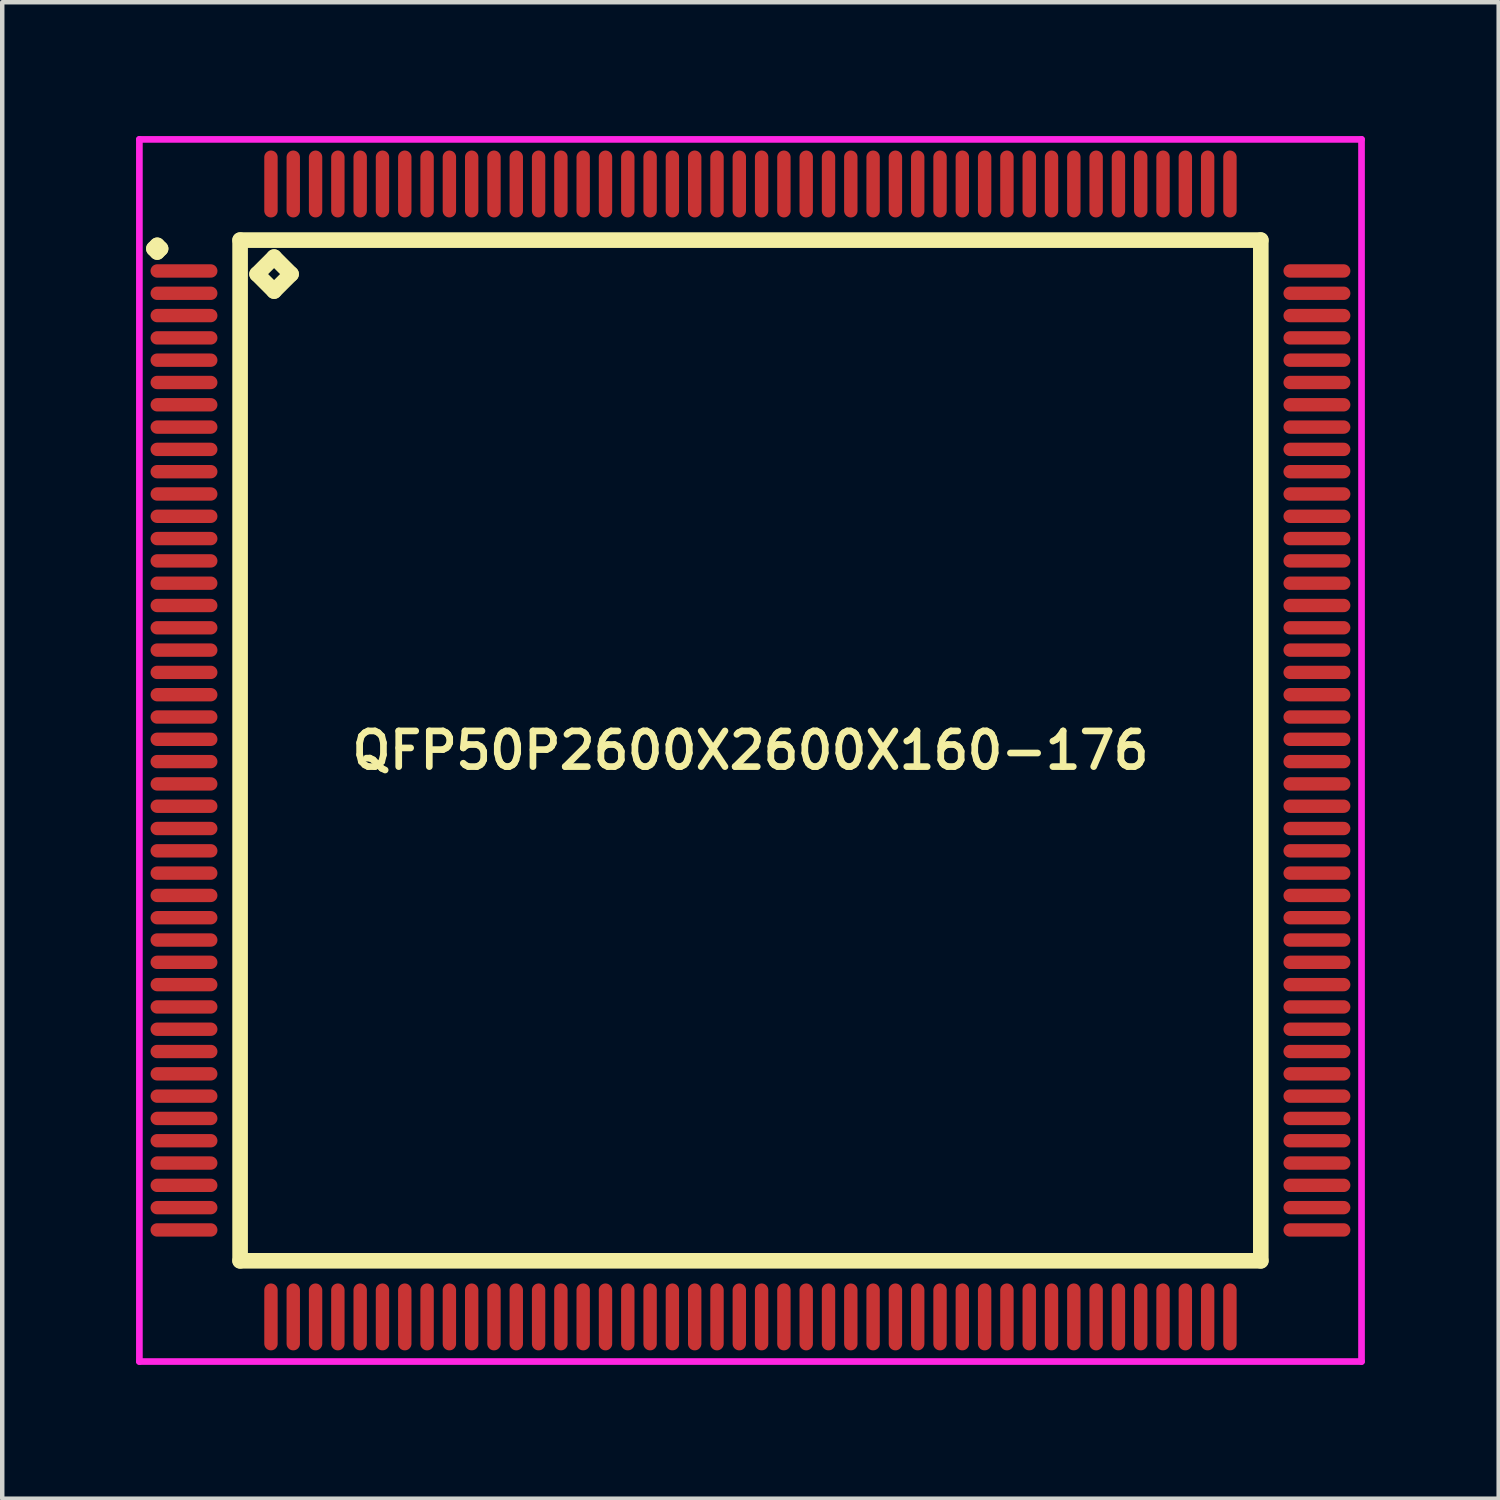
<source format=kicad_pcb>
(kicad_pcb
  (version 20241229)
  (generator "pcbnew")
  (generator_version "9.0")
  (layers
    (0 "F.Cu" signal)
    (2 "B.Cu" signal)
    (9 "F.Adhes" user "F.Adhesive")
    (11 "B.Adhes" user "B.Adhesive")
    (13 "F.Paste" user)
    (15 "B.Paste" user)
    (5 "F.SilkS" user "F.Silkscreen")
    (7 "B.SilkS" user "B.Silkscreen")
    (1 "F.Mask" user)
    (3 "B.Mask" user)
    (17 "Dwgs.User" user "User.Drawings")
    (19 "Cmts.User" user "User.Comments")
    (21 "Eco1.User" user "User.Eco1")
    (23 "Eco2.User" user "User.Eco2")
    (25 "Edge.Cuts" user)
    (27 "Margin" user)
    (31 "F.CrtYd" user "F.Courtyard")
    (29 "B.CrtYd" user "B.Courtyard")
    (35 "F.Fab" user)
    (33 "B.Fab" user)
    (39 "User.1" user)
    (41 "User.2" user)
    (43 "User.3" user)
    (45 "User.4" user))
  (footprint "QFP50P2600X2600X160-176"
    (layer "F.Cu")
    (at 13.775 13.775)
    (property "Reference" "QFP50P2600X2600X160-176" (at 0 0 0) (layer "F.SilkS") (effects (font (size 0.8 0.8) (thickness 0.15))))
    (attr smd)
    (fp_line (start -13.375 -11.25) (end -13.3 -11.325) (stroke (width 0.35) (type solid)) (layer "F.SilkS"))
    (fp_line (start -13.3 -11.325) (end -13.225 -11.25) (stroke (width 0.35) (type solid)) (layer "F.SilkS"))
    (fp_line (start -13.3 -11.175) (end -13.375 -11.25) (stroke (width 0.35) (type solid)) (layer "F.SilkS"))
    (fp_line (start -13.225 -11.25) (end -13.3 -11.175) (stroke (width 0.35) (type solid)) (layer "F.SilkS"))
    (fp_line (start -11.442 -11.442) (end -11.442 11.442) (stroke (width 0.35) (type solid)) (layer "F.SilkS"))
    (fp_line (start -11.442 11.442) (end 11.442 11.442) (stroke (width 0.35) (type solid)) (layer "F.SilkS"))
    (fp_line (start -11.061 -10.68) (end -10.68 -11.061) (stroke (width 0.35) (type solid)) (layer "F.SilkS"))
    (fp_line (start -10.68 -11.061) (end -10.299 -10.68) (stroke (width 0.35) (type solid)) (layer "F.SilkS"))
    (fp_line (start -10.68 -10.299) (end -11.061 -10.68) (stroke (width 0.35) (type solid)) (layer "F.SilkS"))
    (fp_line (start -10.299 -10.68) (end -10.68 -10.299) (stroke (width 0.35) (type solid)) (layer "F.SilkS"))
    (fp_line (start 11.442 -11.442) (end -11.442 -11.442) (stroke (width 0.35) (type solid)) (layer "F.SilkS"))
    (fp_line (start 11.442 11.442) (end 11.442 -11.442) (stroke (width 0.35) (type solid)) (layer "F.SilkS"))
    (fp_line (start -13.7 -13.7) (end 13.7 -13.7) (stroke (width 0.15) (type solid)) (layer "F.CrtYd"))
    (fp_line (start -13.7 13.7) (end -13.7 -13.7) (stroke (width 0.15) (type solid)) (layer "F.CrtYd"))
    (fp_line (start 13.7 -13.7) (end 13.7 13.7) (stroke (width 0.15) (type solid)) (layer "F.CrtYd"))
    (fp_line (start 13.7 13.7) (end -13.7 13.7) (stroke (width 0.15) (type solid)) (layer "F.CrtYd"))
    (pad "1" smd oval (at -12.7 -10.75) (size 1.5 0.3) (layers "F.Cu" "F.Mask" "F.Paste"))
    (pad "2" smd oval (at -12.7 -10.25) (size 1.5 0.3) (layers "F.Cu" "F.Mask" "F.Paste"))
    (pad "3" smd oval (at -12.7 -9.75) (size 1.5 0.3) (layers "F.Cu" "F.Mask" "F.Paste"))
    (pad "4" smd oval (at -12.7 -9.25) (size 1.5 0.3) (layers "F.Cu" "F.Mask" "F.Paste"))
    (pad "5" smd oval (at -12.7 -8.75) (size 1.5 0.3) (layers "F.Cu" "F.Mask" "F.Paste"))
    (pad "6" smd oval (at -12.7 -8.25) (size 1.5 0.3) (layers "F.Cu" "F.Mask" "F.Paste"))
    (pad "7" smd oval (at -12.7 -7.75) (size 1.5 0.3) (layers "F.Cu" "F.Mask" "F.Paste"))
    (pad "8" smd oval (at -12.7 -7.25) (size 1.5 0.3) (layers "F.Cu" "F.Mask" "F.Paste"))
    (pad "9" smd oval (at -12.7 -6.75) (size 1.5 0.3) (layers "F.Cu" "F.Mask" "F.Paste"))
    (pad "10" smd oval (at -12.7 -6.25) (size 1.5 0.3) (layers "F.Cu" "F.Mask" "F.Paste"))
    (pad "11" smd oval (at -12.7 -5.75) (size 1.5 0.3) (layers "F.Cu" "F.Mask" "F.Paste"))
    (pad "12" smd oval (at -12.7 -5.25) (size 1.5 0.3) (layers "F.Cu" "F.Mask" "F.Paste"))
    (pad "13" smd oval (at -12.7 -4.75) (size 1.5 0.3) (layers "F.Cu" "F.Mask" "F.Paste"))
    (pad "14" smd oval (at -12.7 -4.25) (size 1.5 0.3) (layers "F.Cu" "F.Mask" "F.Paste"))
    (pad "15" smd oval (at -12.7 -3.75) (size 1.5 0.3) (layers "F.Cu" "F.Mask" "F.Paste"))
    (pad "16" smd oval (at -12.7 -3.25) (size 1.5 0.3) (layers "F.Cu" "F.Mask" "F.Paste"))
    (pad "17" smd oval (at -12.7 -2.75) (size 1.5 0.3) (layers "F.Cu" "F.Mask" "F.Paste"))
    (pad "18" smd oval (at -12.7 -2.25) (size 1.5 0.3) (layers "F.Cu" "F.Mask" "F.Paste"))
    (pad "19" smd oval (at -12.7 -1.75) (size 1.5 0.3) (layers "F.Cu" "F.Mask" "F.Paste"))
    (pad "20" smd oval (at -12.7 -1.25) (size 1.5 0.3) (layers "F.Cu" "F.Mask" "F.Paste"))
    (pad "21" smd oval (at -12.7 -0.75) (size 1.5 0.3) (layers "F.Cu" "F.Mask" "F.Paste"))
    (pad "22" smd oval (at -12.7 -0.25) (size 1.5 0.3) (layers "F.Cu" "F.Mask" "F.Paste"))
    (pad "23" smd oval (at -12.7 0.25) (size 1.5 0.3) (layers "F.Cu" "F.Mask" "F.Paste"))
    (pad "24" smd oval (at -12.7 0.75) (size 1.5 0.3) (layers "F.Cu" "F.Mask" "F.Paste"))
    (pad "25" smd oval (at -12.7 1.25) (size 1.5 0.3) (layers "F.Cu" "F.Mask" "F.Paste"))
    (pad "26" smd oval (at -12.7 1.75) (size 1.5 0.3) (layers "F.Cu" "F.Mask" "F.Paste"))
    (pad "27" smd oval (at -12.7 2.25) (size 1.5 0.3) (layers "F.Cu" "F.Mask" "F.Paste"))
    (pad "28" smd oval (at -12.7 2.75) (size 1.5 0.3) (layers "F.Cu" "F.Mask" "F.Paste"))
    (pad "29" smd oval (at -12.7 3.25) (size 1.5 0.3) (layers "F.Cu" "F.Mask" "F.Paste"))
    (pad "30" smd oval (at -12.7 3.75) (size 1.5 0.3) (layers "F.Cu" "F.Mask" "F.Paste"))
    (pad "31" smd oval (at -12.7 4.25) (size 1.5 0.3) (layers "F.Cu" "F.Mask" "F.Paste"))
    (pad "32" smd oval (at -12.7 4.75) (size 1.5 0.3) (layers "F.Cu" "F.Mask" "F.Paste"))
    (pad "33" smd oval (at -12.7 5.25) (size 1.5 0.3) (layers "F.Cu" "F.Mask" "F.Paste"))
    (pad "34" smd oval (at -12.7 5.75) (size 1.5 0.3) (layers "F.Cu" "F.Mask" "F.Paste"))
    (pad "35" smd oval (at -12.7 6.25) (size 1.5 0.3) (layers "F.Cu" "F.Mask" "F.Paste"))
    (pad "36" smd oval (at -12.7 6.75) (size 1.5 0.3) (layers "F.Cu" "F.Mask" "F.Paste"))
    (pad "37" smd oval (at -12.7 7.25) (size 1.5 0.3) (layers "F.Cu" "F.Mask" "F.Paste"))
    (pad "38" smd oval (at -12.7 7.75) (size 1.5 0.3) (layers "F.Cu" "F.Mask" "F.Paste"))
    (pad "39" smd oval (at -12.7 8.25) (size 1.5 0.3) (layers "F.Cu" "F.Mask" "F.Paste"))
    (pad "40" smd oval (at -12.7 8.75) (size 1.5 0.3) (layers "F.Cu" "F.Mask" "F.Paste"))
    (pad "41" smd oval (at -12.7 9.25) (size 1.5 0.3) (layers "F.Cu" "F.Mask" "F.Paste"))
    (pad "42" smd oval (at -12.7 9.75) (size 1.5 0.3) (layers "F.Cu" "F.Mask" "F.Paste"))
    (pad "43" smd oval (at -12.7 10.25) (size 1.5 0.3) (layers "F.Cu" "F.Mask" "F.Paste"))
    (pad "44" smd oval (at -12.7 10.75) (size 1.5 0.3) (layers "F.Cu" "F.Mask" "F.Paste"))
    (pad "45" smd oval (at -10.75 12.7) (size 0.3 1.5) (layers "F.Cu" "F.Mask" "F.Paste"))
    (pad "46" smd oval (at -10.25 12.7) (size 0.3 1.5) (layers "F.Cu" "F.Mask" "F.Paste"))
    (pad "47" smd oval (at -9.75 12.7) (size 0.3 1.5) (layers "F.Cu" "F.Mask" "F.Paste"))
    (pad "48" smd oval (at -9.25 12.7) (size 0.3 1.5) (layers "F.Cu" "F.Mask" "F.Paste"))
    (pad "49" smd oval (at -8.75 12.7) (size 0.3 1.5) (layers "F.Cu" "F.Mask" "F.Paste"))
    (pad "50" smd oval (at -8.25 12.7) (size 0.3 1.5) (layers "F.Cu" "F.Mask" "F.Paste"))
    (pad "51" smd oval (at -7.75 12.7) (size 0.3 1.5) (layers "F.Cu" "F.Mask" "F.Paste"))
    (pad "52" smd oval (at -7.25 12.7) (size 0.3 1.5) (layers "F.Cu" "F.Mask" "F.Paste"))
    (pad "53" smd oval (at -6.75 12.7) (size 0.3 1.5) (layers "F.Cu" "F.Mask" "F.Paste"))
    (pad "54" smd oval (at -6.25 12.7) (size 0.3 1.5) (layers "F.Cu" "F.Mask" "F.Paste"))
    (pad "55" smd oval (at -5.75 12.7) (size 0.3 1.5) (layers "F.Cu" "F.Mask" "F.Paste"))
    (pad "56" smd oval (at -5.25 12.7) (size 0.3 1.5) (layers "F.Cu" "F.Mask" "F.Paste"))
    (pad "57" smd oval (at -4.75 12.7) (size 0.3 1.5) (layers "F.Cu" "F.Mask" "F.Paste"))
    (pad "58" smd oval (at -4.25 12.7) (size 0.3 1.5) (layers "F.Cu" "F.Mask" "F.Paste"))
    (pad "59" smd oval (at -3.75 12.7) (size 0.3 1.5) (layers "F.Cu" "F.Mask" "F.Paste"))
    (pad "60" smd oval (at -3.25 12.7) (size 0.3 1.5) (layers "F.Cu" "F.Mask" "F.Paste"))
    (pad "61" smd oval (at -2.75 12.7) (size 0.3 1.5) (layers "F.Cu" "F.Mask" "F.Paste"))
    (pad "62" smd oval (at -2.25 12.7) (size 0.3 1.5) (layers "F.Cu" "F.Mask" "F.Paste"))
    (pad "63" smd oval (at -1.75 12.7) (size 0.3 1.5) (layers "F.Cu" "F.Mask" "F.Paste"))
    (pad "64" smd oval (at -1.25 12.7) (size 0.3 1.5) (layers "F.Cu" "F.Mask" "F.Paste"))
    (pad "65" smd oval (at -0.75 12.7) (size 0.3 1.5) (layers "F.Cu" "F.Mask" "F.Paste"))
    (pad "66" smd oval (at -0.25 12.7) (size 0.3 1.5) (layers "F.Cu" "F.Mask" "F.Paste"))
    (pad "67" smd oval (at 0.25 12.7) (size 0.3 1.5) (layers "F.Cu" "F.Mask" "F.Paste"))
    (pad "68" smd oval (at 0.75 12.7) (size 0.3 1.5) (layers "F.Cu" "F.Mask" "F.Paste"))
    (pad "69" smd oval (at 1.25 12.7) (size 0.3 1.5) (layers "F.Cu" "F.Mask" "F.Paste"))
    (pad "70" smd oval (at 1.75 12.7) (size 0.3 1.5) (layers "F.Cu" "F.Mask" "F.Paste"))
    (pad "71" smd oval (at 2.25 12.7) (size 0.3 1.5) (layers "F.Cu" "F.Mask" "F.Paste"))
    (pad "72" smd oval (at 2.75 12.7) (size 0.3 1.5) (layers "F.Cu" "F.Mask" "F.Paste"))
    (pad "73" smd oval (at 3.25 12.7) (size 0.3 1.5) (layers "F.Cu" "F.Mask" "F.Paste"))
    (pad "74" smd oval (at 3.75 12.7) (size 0.3 1.5) (layers "F.Cu" "F.Mask" "F.Paste"))
    (pad "75" smd oval (at 4.25 12.7) (size 0.3 1.5) (layers "F.Cu" "F.Mask" "F.Paste"))
    (pad "76" smd oval (at 4.75 12.7) (size 0.3 1.5) (layers "F.Cu" "F.Mask" "F.Paste"))
    (pad "77" smd oval (at 5.25 12.7) (size 0.3 1.5) (layers "F.Cu" "F.Mask" "F.Paste"))
    (pad "78" smd oval (at 5.75 12.7) (size 0.3 1.5) (layers "F.Cu" "F.Mask" "F.Paste"))
    (pad "79" smd oval (at 6.25 12.7) (size 0.3 1.5) (layers "F.Cu" "F.Mask" "F.Paste"))
    (pad "80" smd oval (at 6.75 12.7) (size 0.3 1.5) (layers "F.Cu" "F.Mask" "F.Paste"))
    (pad "81" smd oval (at 7.25 12.7) (size 0.3 1.5) (layers "F.Cu" "F.Mask" "F.Paste"))
    (pad "82" smd oval (at 7.75 12.7) (size 0.3 1.5) (layers "F.Cu" "F.Mask" "F.Paste"))
    (pad "83" smd oval (at 8.25 12.7) (size 0.3 1.5) (layers "F.Cu" "F.Mask" "F.Paste"))
    (pad "84" smd oval (at 8.75 12.7) (size 0.3 1.5) (layers "F.Cu" "F.Mask" "F.Paste"))
    (pad "85" smd oval (at 9.25 12.7) (size 0.3 1.5) (layers "F.Cu" "F.Mask" "F.Paste"))
    (pad "86" smd oval (at 9.75 12.7) (size 0.3 1.5) (layers "F.Cu" "F.Mask" "F.Paste"))
    (pad "87" smd oval (at 10.25 12.7) (size 0.3 1.5) (layers "F.Cu" "F.Mask" "F.Paste"))
    (pad "88" smd oval (at 10.75 12.7) (size 0.3 1.5) (layers "F.Cu" "F.Mask" "F.Paste"))
    (pad "89" smd oval (at 12.7 10.75) (size 1.5 0.3) (layers "F.Cu" "F.Mask" "F.Paste"))
    (pad "90" smd oval (at 12.7 10.25) (size 1.5 0.3) (layers "F.Cu" "F.Mask" "F.Paste"))
    (pad "91" smd oval (at 12.7 9.75) (size 1.5 0.3) (layers "F.Cu" "F.Mask" "F.Paste"))
    (pad "92" smd oval (at 12.7 9.25) (size 1.5 0.3) (layers "F.Cu" "F.Mask" "F.Paste"))
    (pad "93" smd oval (at 12.7 8.75) (size 1.5 0.3) (layers "F.Cu" "F.Mask" "F.Paste"))
    (pad "94" smd oval (at 12.7 8.25) (size 1.5 0.3) (layers "F.Cu" "F.Mask" "F.Paste"))
    (pad "95" smd oval (at 12.7 7.75) (size 1.5 0.3) (layers "F.Cu" "F.Mask" "F.Paste"))
    (pad "96" smd oval (at 12.7 7.25) (size 1.5 0.3) (layers "F.Cu" "F.Mask" "F.Paste"))
    (pad "97" smd oval (at 12.7 6.75) (size 1.5 0.3) (layers "F.Cu" "F.Mask" "F.Paste"))
    (pad "98" smd oval (at 12.7 6.25) (size 1.5 0.3) (layers "F.Cu" "F.Mask" "F.Paste"))
    (pad "99" smd oval (at 12.7 5.75) (size 1.5 0.3) (layers "F.Cu" "F.Mask" "F.Paste"))
    (pad "100" smd oval (at 12.7 5.25) (size 1.5 0.3) (layers "F.Cu" "F.Mask" "F.Paste"))
    (pad "101" smd oval (at 12.7 4.75) (size 1.5 0.3) (layers "F.Cu" "F.Mask" "F.Paste"))
    (pad "102" smd oval (at 12.7 4.25) (size 1.5 0.3) (layers "F.Cu" "F.Mask" "F.Paste"))
    (pad "103" smd oval (at 12.7 3.75) (size 1.5 0.3) (layers "F.Cu" "F.Mask" "F.Paste"))
    (pad "104" smd oval (at 12.7 3.25) (size 1.5 0.3) (layers "F.Cu" "F.Mask" "F.Paste"))
    (pad "105" smd oval (at 12.7 2.75) (size 1.5 0.3) (layers "F.Cu" "F.Mask" "F.Paste"))
    (pad "106" smd oval (at 12.7 2.25) (size 1.5 0.3) (layers "F.Cu" "F.Mask" "F.Paste"))
    (pad "107" smd oval (at 12.7 1.75) (size 1.5 0.3) (layers "F.Cu" "F.Mask" "F.Paste"))
    (pad "108" smd oval (at 12.7 1.25) (size 1.5 0.3) (layers "F.Cu" "F.Mask" "F.Paste"))
    (pad "109" smd oval (at 12.7 0.75) (size 1.5 0.3) (layers "F.Cu" "F.Mask" "F.Paste"))
    (pad "110" smd oval (at 12.7 0.25) (size 1.5 0.3) (layers "F.Cu" "F.Mask" "F.Paste"))
    (pad "111" smd oval (at 12.7 -0.25) (size 1.5 0.3) (layers "F.Cu" "F.Mask" "F.Paste"))
    (pad "112" smd oval (at 12.7 -0.75) (size 1.5 0.3) (layers "F.Cu" "F.Mask" "F.Paste"))
    (pad "113" smd oval (at 12.7 -1.25) (size 1.5 0.3) (layers "F.Cu" "F.Mask" "F.Paste"))
    (pad "114" smd oval (at 12.7 -1.75) (size 1.5 0.3) (layers "F.Cu" "F.Mask" "F.Paste"))
    (pad "115" smd oval (at 12.7 -2.25) (size 1.5 0.3) (layers "F.Cu" "F.Mask" "F.Paste"))
    (pad "116" smd oval (at 12.7 -2.75) (size 1.5 0.3) (layers "F.Cu" "F.Mask" "F.Paste"))
    (pad "117" smd oval (at 12.7 -3.25) (size 1.5 0.3) (layers "F.Cu" "F.Mask" "F.Paste"))
    (pad "118" smd oval (at 12.7 -3.75) (size 1.5 0.3) (layers "F.Cu" "F.Mask" "F.Paste"))
    (pad "119" smd oval (at 12.7 -4.25) (size 1.5 0.3) (layers "F.Cu" "F.Mask" "F.Paste"))
    (pad "120" smd oval (at 12.7 -4.75) (size 1.5 0.3) (layers "F.Cu" "F.Mask" "F.Paste"))
    (pad "121" smd oval (at 12.7 -5.25) (size 1.5 0.3) (layers "F.Cu" "F.Mask" "F.Paste"))
    (pad "122" smd oval (at 12.7 -5.75) (size 1.5 0.3) (layers "F.Cu" "F.Mask" "F.Paste"))
    (pad "123" smd oval (at 12.7 -6.25) (size 1.5 0.3) (layers "F.Cu" "F.Mask" "F.Paste"))
    (pad "124" smd oval (at 12.7 -6.75) (size 1.5 0.3) (layers "F.Cu" "F.Mask" "F.Paste"))
    (pad "125" smd oval (at 12.7 -7.25) (size 1.5 0.3) (layers "F.Cu" "F.Mask" "F.Paste"))
    (pad "126" smd oval (at 12.7 -7.75) (size 1.5 0.3) (layers "F.Cu" "F.Mask" "F.Paste"))
    (pad "127" smd oval (at 12.7 -8.25) (size 1.5 0.3) (layers "F.Cu" "F.Mask" "F.Paste"))
    (pad "128" smd oval (at 12.7 -8.75) (size 1.5 0.3) (layers "F.Cu" "F.Mask" "F.Paste"))
    (pad "129" smd oval (at 12.7 -9.25) (size 1.5 0.3) (layers "F.Cu" "F.Mask" "F.Paste"))
    (pad "130" smd oval (at 12.7 -9.75) (size 1.5 0.3) (layers "F.Cu" "F.Mask" "F.Paste"))
    (pad "131" smd oval (at 12.7 -10.25) (size 1.5 0.3) (layers "F.Cu" "F.Mask" "F.Paste"))
    (pad "132" smd oval (at 12.7 -10.75) (size 1.5 0.3) (layers "F.Cu" "F.Mask" "F.Paste"))
    (pad "133" smd oval (at 10.75 -12.7) (size 0.3 1.5) (layers "F.Cu" "F.Mask" "F.Paste"))
    (pad "134" smd oval (at 10.25 -12.7) (size 0.3 1.5) (layers "F.Cu" "F.Mask" "F.Paste"))
    (pad "135" smd oval (at 9.75 -12.7) (size 0.3 1.5) (layers "F.Cu" "F.Mask" "F.Paste"))
    (pad "136" smd oval (at 9.25 -12.7) (size 0.3 1.5) (layers "F.Cu" "F.Mask" "F.Paste"))
    (pad "137" smd oval (at 8.75 -12.7) (size 0.3 1.5) (layers "F.Cu" "F.Mask" "F.Paste"))
    (pad "138" smd oval (at 8.25 -12.7) (size 0.3 1.5) (layers "F.Cu" "F.Mask" "F.Paste"))
    (pad "139" smd oval (at 7.75 -12.7) (size 0.3 1.5) (layers "F.Cu" "F.Mask" "F.Paste"))
    (pad "140" smd oval (at 7.25 -12.7) (size 0.3 1.5) (layers "F.Cu" "F.Mask" "F.Paste"))
    (pad "141" smd oval (at 6.75 -12.7) (size 0.3 1.5) (layers "F.Cu" "F.Mask" "F.Paste"))
    (pad "142" smd oval (at 6.25 -12.7) (size 0.3 1.5) (layers "F.Cu" "F.Mask" "F.Paste"))
    (pad "143" smd oval (at 5.75 -12.7) (size 0.3 1.5) (layers "F.Cu" "F.Mask" "F.Paste"))
    (pad "144" smd oval (at 5.25 -12.7) (size 0.3 1.5) (layers "F.Cu" "F.Mask" "F.Paste"))
    (pad "145" smd oval (at 4.75 -12.7) (size 0.3 1.5) (layers "F.Cu" "F.Mask" "F.Paste"))
    (pad "146" smd oval (at 4.25 -12.7) (size 0.3 1.5) (layers "F.Cu" "F.Mask" "F.Paste"))
    (pad "147" smd oval (at 3.75 -12.7) (size 0.3 1.5) (layers "F.Cu" "F.Mask" "F.Paste"))
    (pad "148" smd oval (at 3.25 -12.7) (size 0.3 1.5) (layers "F.Cu" "F.Mask" "F.Paste"))
    (pad "149" smd oval (at 2.75 -12.7) (size 0.3 1.5) (layers "F.Cu" "F.Mask" "F.Paste"))
    (pad "150" smd oval (at 2.25 -12.7) (size 0.3 1.5) (layers "F.Cu" "F.Mask" "F.Paste"))
    (pad "151" smd oval (at 1.75 -12.7) (size 0.3 1.5) (layers "F.Cu" "F.Mask" "F.Paste"))
    (pad "152" smd oval (at 1.25 -12.7) (size 0.3 1.5) (layers "F.Cu" "F.Mask" "F.Paste"))
    (pad "153" smd oval (at 0.75 -12.7) (size 0.3 1.5) (layers "F.Cu" "F.Mask" "F.Paste"))
    (pad "154" smd oval (at 0.25 -12.7) (size 0.3 1.5) (layers "F.Cu" "F.Mask" "F.Paste"))
    (pad "155" smd oval (at -0.25 -12.7) (size 0.3 1.5) (layers "F.Cu" "F.Mask" "F.Paste"))
    (pad "156" smd oval (at -0.75 -12.7) (size 0.3 1.5) (layers "F.Cu" "F.Mask" "F.Paste"))
    (pad "157" smd oval (at -1.25 -12.7) (size 0.3 1.5) (layers "F.Cu" "F.Mask" "F.Paste"))
    (pad "158" smd oval (at -1.75 -12.7) (size 0.3 1.5) (layers "F.Cu" "F.Mask" "F.Paste"))
    (pad "159" smd oval (at -2.25 -12.7) (size 0.3 1.5) (layers "F.Cu" "F.Mask" "F.Paste"))
    (pad "160" smd oval (at -2.75 -12.7) (size 0.3 1.5) (layers "F.Cu" "F.Mask" "F.Paste"))
    (pad "161" smd oval (at -3.25 -12.7) (size 0.3 1.5) (layers "F.Cu" "F.Mask" "F.Paste"))
    (pad "162" smd oval (at -3.75 -12.7) (size 0.3 1.5) (layers "F.Cu" "F.Mask" "F.Paste"))
    (pad "163" smd oval (at -4.25 -12.7) (size 0.3 1.5) (layers "F.Cu" "F.Mask" "F.Paste"))
    (pad "164" smd oval (at -4.75 -12.7) (size 0.3 1.5) (layers "F.Cu" "F.Mask" "F.Paste"))
    (pad "165" smd oval (at -5.25 -12.7) (size 0.3 1.5) (layers "F.Cu" "F.Mask" "F.Paste"))
    (pad "166" smd oval (at -5.75 -12.7) (size 0.3 1.5) (layers "F.Cu" "F.Mask" "F.Paste"))
    (pad "167" smd oval (at -6.25 -12.7) (size 0.3 1.5) (layers "F.Cu" "F.Mask" "F.Paste"))
    (pad "168" smd oval (at -6.75 -12.7) (size 0.3 1.5) (layers "F.Cu" "F.Mask" "F.Paste"))
    (pad "169" smd oval (at -7.25 -12.7) (size 0.3 1.5) (layers "F.Cu" "F.Mask" "F.Paste"))
    (pad "170" smd oval (at -7.75 -12.7) (size 0.3 1.5) (layers "F.Cu" "F.Mask" "F.Paste"))
    (pad "171" smd oval (at -8.25 -12.7) (size 0.3 1.5) (layers "F.Cu" "F.Mask" "F.Paste"))
    (pad "172" smd oval (at -8.75 -12.7) (size 0.3 1.5) (layers "F.Cu" "F.Mask" "F.Paste"))
    (pad "173" smd oval (at -9.25 -12.7) (size 0.3 1.5) (layers "F.Cu" "F.Mask" "F.Paste"))
    (pad "174" smd oval (at -9.75 -12.7) (size 0.3 1.5) (layers "F.Cu" "F.Mask" "F.Paste"))
    (pad "175" smd oval (at -10.25 -12.7) (size 0.3 1.5) (layers "F.Cu" "F.Mask" "F.Paste"))
    (pad "176" smd oval (at -10.75 -12.7) (size 0.3 1.5) (layers "F.Cu" "F.Mask" "F.Paste")))
  (gr_rect
    (start -3 -3)
    (end 30.55 30.55)
    (stroke (width 0.1) (type default))
    (fill no)
    (layer "Edge.Cuts")))
</source>
